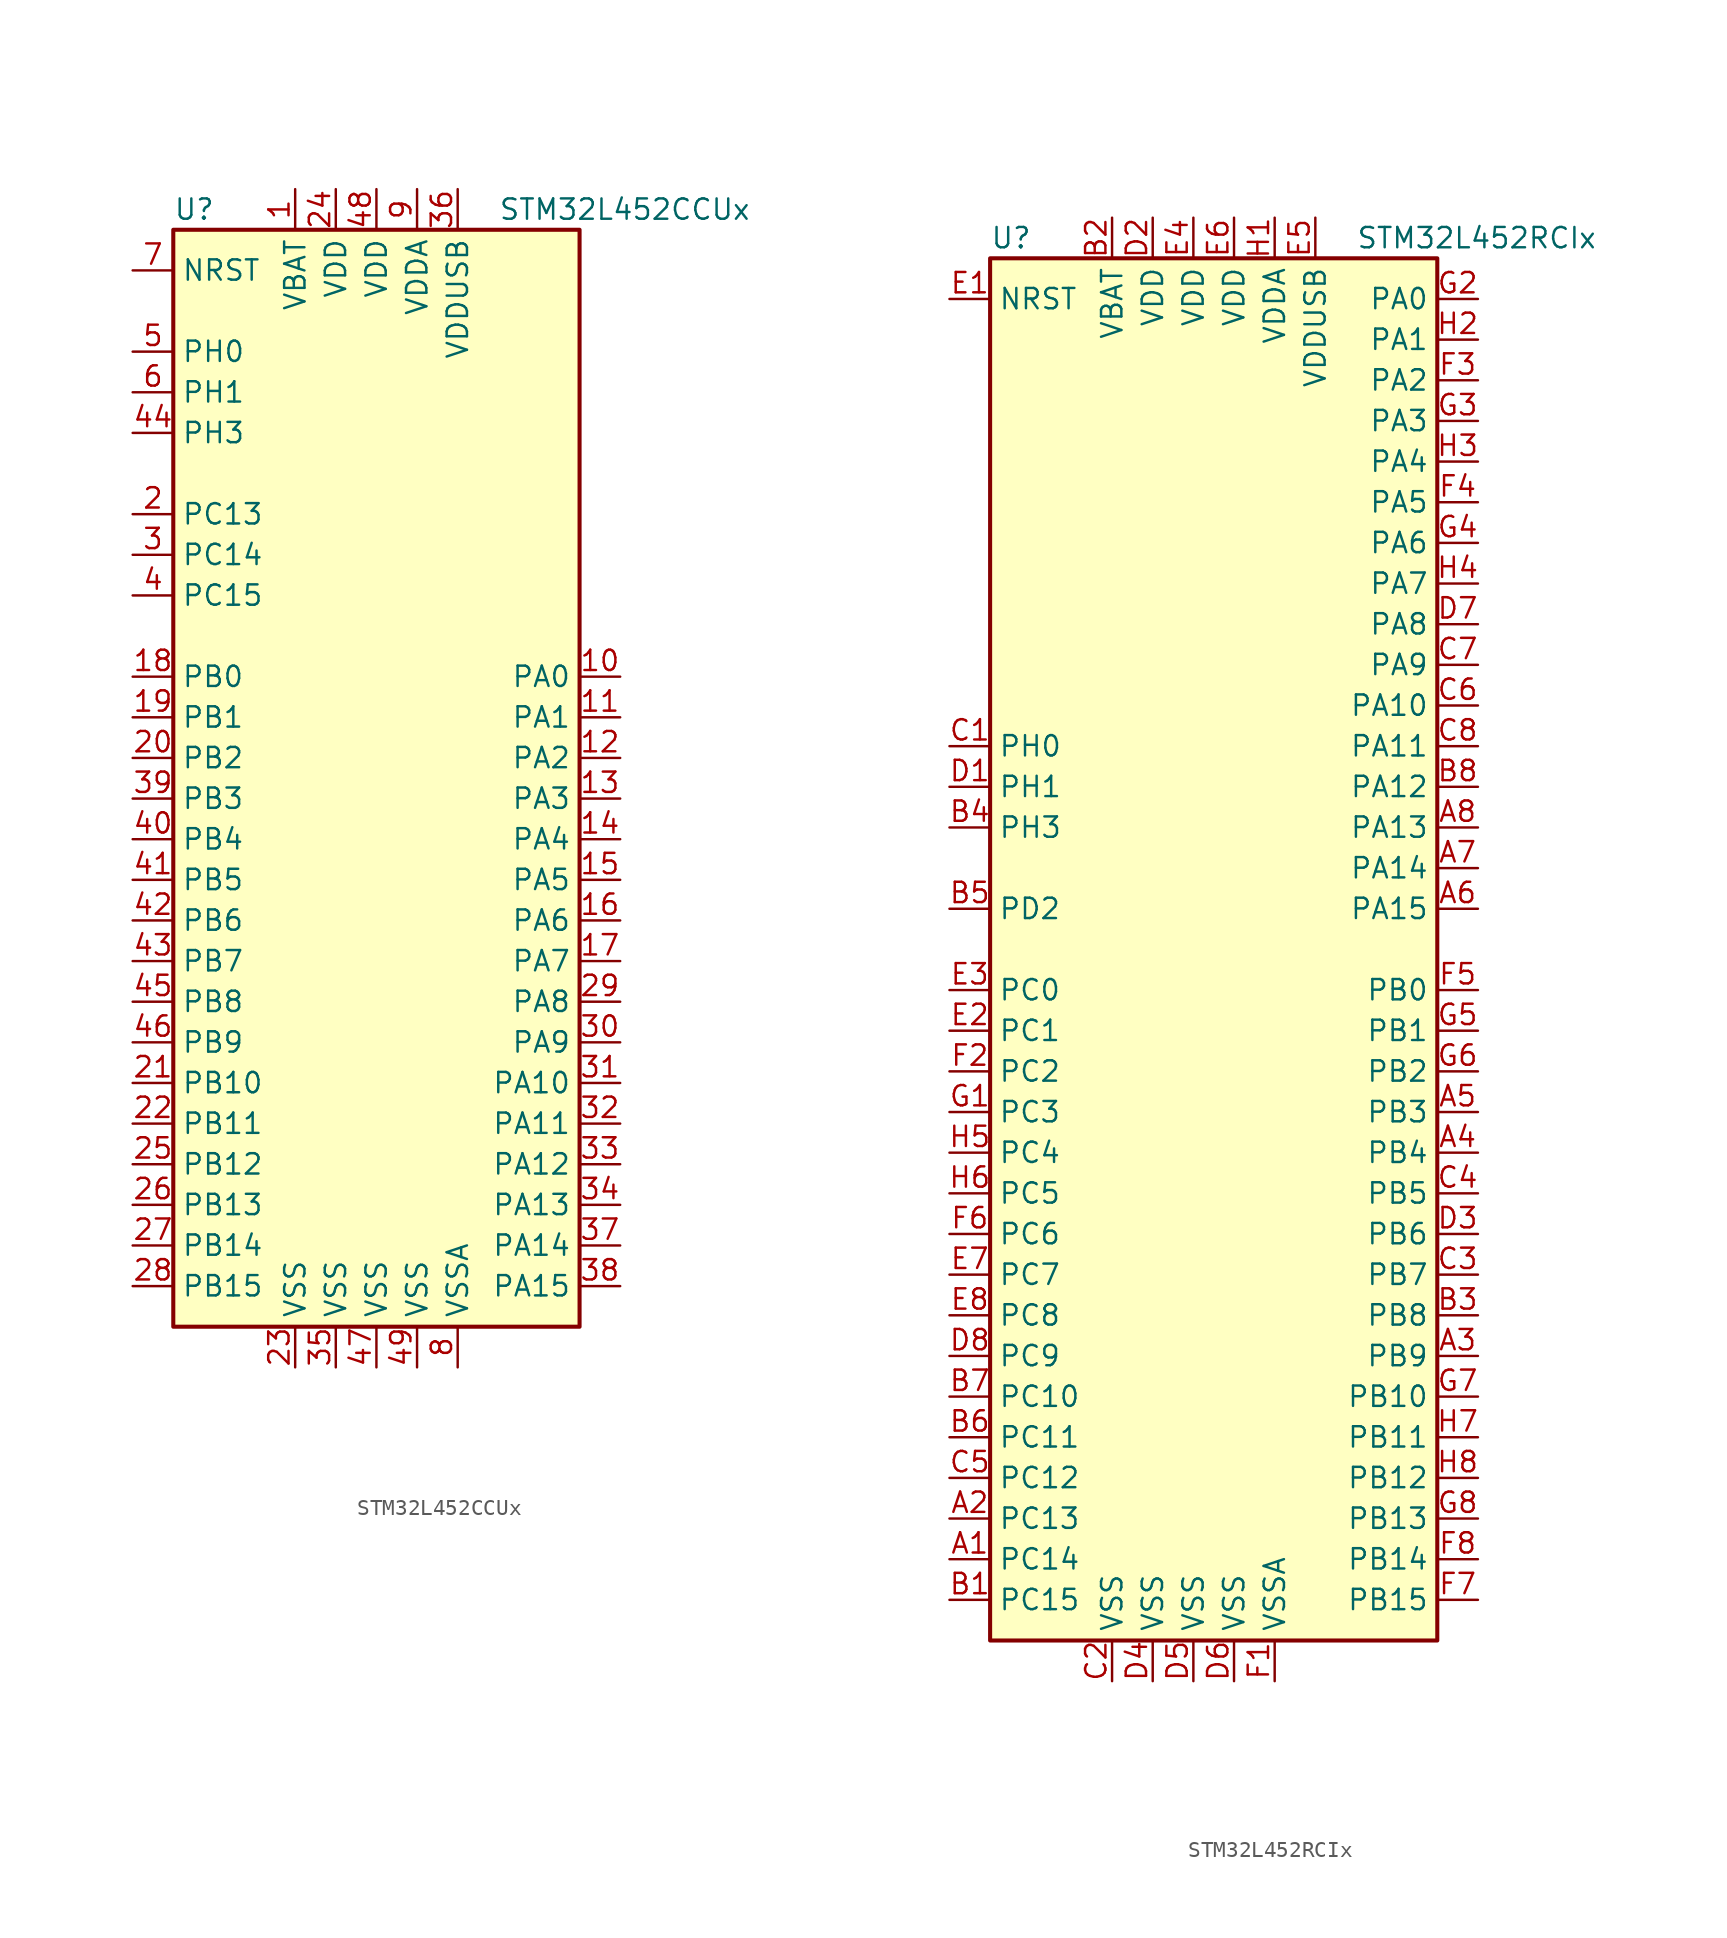
<source format=kicad_sym>
(kicad_symbol_lib
  (version 20220914)
  (generator kicad_symbol_editor)
  (symbol "STM32L452CCUx"
    (property "Reference" "U"
      (at -12.7 34.29 0)
      (effects (font (size 1.27 1.27)) (justify left)))
    (property "Value" "STM32L452CCUx"
      (at 7.62 34.29 0)
      (effects (font (size 1.27 1.27)) (justify left)))
    (symbol "STM32L452CCUx_0_1"
      (rectangle (start -12.7 -35.56) (end 12.7 33.02) (stroke (width 0.254) (type default)) (fill (type background))))
    (symbol "STM32L452CCUx_1_1"
      (pin power_in line (at -5.08 35.56 270) (length 2.54) (name "VBAT" (effects (font (size 1.27 1.27)))) (number "1" (effects (font (size 1.27 1.27)))))
      (pin bidirectional line (at 15.24 5.08 180) (length 2.54) (name "PA0" (effects (font (size 1.27 1.27)))) (number "10" (effects (font (size 1.27 1.27)))))
      (pin bidirectional line (at 15.24 2.54 180) (length 2.54) (name "PA1" (effects (font (size 1.27 1.27)))) (number "11" (effects (font (size 1.27 1.27)))))
      (pin bidirectional line (at 15.24 0 180) (length 2.54) (name "PA2" (effects (font (size 1.27 1.27)))) (number "12" (effects (font (size 1.27 1.27)))))
      (pin bidirectional line (at 15.24 -2.54 180) (length 2.54) (name "PA3" (effects (font (size 1.27 1.27)))) (number "13" (effects (font (size 1.27 1.27)))))
      (pin bidirectional line (at 15.24 -5.08 180) (length 2.54) (name "PA4" (effects (font (size 1.27 1.27)))) (number "14" (effects (font (size 1.27 1.27)))))
      (pin bidirectional line (at 15.24 -7.62 180) (length 2.54) (name "PA5" (effects (font (size 1.27 1.27)))) (number "15" (effects (font (size 1.27 1.27)))))
      (pin bidirectional line (at 15.24 -10.16 180) (length 2.54) (name "PA6" (effects (font (size 1.27 1.27)))) (number "16" (effects (font (size 1.27 1.27)))))
      (pin bidirectional line (at 15.24 -12.7 180) (length 2.54) (name "PA7" (effects (font (size 1.27 1.27)))) (number "17" (effects (font (size 1.27 1.27)))))
      (pin bidirectional line (at -15.24 5.08 0) (length 2.54) (name "PB0" (effects (font (size 1.27 1.27)))) (number "18" (effects (font (size 1.27 1.27)))))
      (pin bidirectional line (at -15.24 2.54 0) (length 2.54) (name "PB1" (effects (font (size 1.27 1.27)))) (number "19" (effects (font (size 1.27 1.27)))))
      (pin bidirectional line (at -15.24 15.24 0) (length 2.54) (name "PC13" (effects (font (size 1.27 1.27)))) (number "2" (effects (font (size 1.27 1.27)))))
      (pin bidirectional line (at -15.24 0 0) (length 2.54) (name "PB2" (effects (font (size 1.27 1.27)))) (number "20" (effects (font (size 1.27 1.27)))))
      (pin bidirectional line (at -15.24 -20.32 0) (length 2.54) (name "PB10" (effects (font (size 1.27 1.27)))) (number "21" (effects (font (size 1.27 1.27)))))
      (pin bidirectional line (at -15.24 -22.86 0) (length 2.54) (name "PB11" (effects (font (size 1.27 1.27)))) (number "22" (effects (font (size 1.27 1.27)))))
      (pin power_in line (at -5.08 -38.1 90) (length 2.54) (name "VSS" (effects (font (size 1.27 1.27)))) (number "23" (effects (font (size 1.27 1.27)))))
      (pin power_in line (at -2.54 35.56 270) (length 2.54) (name "VDD" (effects (font (size 1.27 1.27)))) (number "24" (effects (font (size 1.27 1.27)))))
      (pin bidirectional line (at -15.24 -25.4 0) (length 2.54) (name "PB12" (effects (font (size 1.27 1.27)))) (number "25" (effects (font (size 1.27 1.27)))))
      (pin bidirectional line (at -15.24 -27.94 0) (length 2.54) (name "PB13" (effects (font (size 1.27 1.27)))) (number "26" (effects (font (size 1.27 1.27)))))
      (pin bidirectional line (at -15.24 -30.48 0) (length 2.54) (name "PB14" (effects (font (size 1.27 1.27)))) (number "27" (effects (font (size 1.27 1.27)))))
      (pin bidirectional line (at -15.24 -33.02 0) (length 2.54) (name "PB15" (effects (font (size 1.27 1.27)))) (number "28" (effects (font (size 1.27 1.27)))))
      (pin bidirectional line (at 15.24 -15.24 180) (length 2.54) (name "PA8" (effects (font (size 1.27 1.27)))) (number "29" (effects (font (size 1.27 1.27)))))
      (pin bidirectional line (at -15.24 12.7 0) (length 2.54) (name "PC14" (effects (font (size 1.27 1.27)))) (number "3" (effects (font (size 1.27 1.27)))))
      (pin bidirectional line (at 15.24 -17.78 180) (length 2.54) (name "PA9" (effects (font (size 1.27 1.27)))) (number "30" (effects (font (size 1.27 1.27)))))
      (pin bidirectional line (at 15.24 -20.32 180) (length 2.54) (name "PA10" (effects (font (size 1.27 1.27)))) (number "31" (effects (font (size 1.27 1.27)))))
      (pin bidirectional line (at 15.24 -22.86 180) (length 2.54) (name "PA11" (effects (font (size 1.27 1.27)))) (number "32" (effects (font (size 1.27 1.27)))))
      (pin bidirectional line (at 15.24 -25.4 180) (length 2.54) (name "PA12" (effects (font (size 1.27 1.27)))) (number "33" (effects (font (size 1.27 1.27)))))
      (pin bidirectional line (at 15.24 -27.94 180) (length 2.54) (name "PA13" (effects (font (size 1.27 1.27)))) (number "34" (effects (font (size 1.27 1.27)))))
      (pin power_in line (at -2.54 -38.1 90) (length 2.54) (name "VSS" (effects (font (size 1.27 1.27)))) (number "35" (effects (font (size 1.27 1.27)))))
      (pin power_in line (at 5.08 35.56 270) (length 2.54) (name "VDDUSB" (effects (font (size 1.27 1.27)))) (number "36" (effects (font (size 1.27 1.27)))))
      (pin bidirectional line (at 15.24 -30.48 180) (length 2.54) (name "PA14" (effects (font (size 1.27 1.27)))) (number "37" (effects (font (size 1.27 1.27)))))
      (pin bidirectional line (at 15.24 -33.02 180) (length 2.54) (name "PA15" (effects (font (size 1.27 1.27)))) (number "38" (effects (font (size 1.27 1.27)))))
      (pin bidirectional line (at -15.24 -2.54 0) (length 2.54) (name "PB3" (effects (font (size 1.27 1.27)))) (number "39" (effects (font (size 1.27 1.27)))))
      (pin bidirectional line (at -15.24 10.16 0) (length 2.54) (name "PC15" (effects (font (size 1.27 1.27)))) (number "4" (effects (font (size 1.27 1.27)))))
      (pin bidirectional line (at -15.24 -5.08 0) (length 2.54) (name "PB4" (effects (font (size 1.27 1.27)))) (number "40" (effects (font (size 1.27 1.27)))))
      (pin bidirectional line (at -15.24 -7.62 0) (length 2.54) (name "PB5" (effects (font (size 1.27 1.27)))) (number "41" (effects (font (size 1.27 1.27)))))
      (pin bidirectional line (at -15.24 -10.16 0) (length 2.54) (name "PB6" (effects (font (size 1.27 1.27)))) (number "42" (effects (font (size 1.27 1.27)))))
      (pin bidirectional line (at -15.24 -12.7 0) (length 2.54) (name "PB7" (effects (font (size 1.27 1.27)))) (number "43" (effects (font (size 1.27 1.27)))))
      (pin bidirectional line (at -15.24 20.32 0) (length 2.54) (name "PH3" (effects (font (size 1.27 1.27)))) (number "44" (effects (font (size 1.27 1.27)))))
      (pin bidirectional line (at -15.24 -15.24 0) (length 2.54) (name "PB8" (effects (font (size 1.27 1.27)))) (number "45" (effects (font (size 1.27 1.27)))))
      (pin bidirectional line (at -15.24 -17.78 0) (length 2.54) (name "PB9" (effects (font (size 1.27 1.27)))) (number "46" (effects (font (size 1.27 1.27)))))
      (pin power_in line (at 0 -38.1 90) (length 2.54) (name "VSS" (effects (font (size 1.27 1.27)))) (number "47" (effects (font (size 1.27 1.27)))))
      (pin power_in line (at 0 35.56 270) (length 2.54) (name "VDD" (effects (font (size 1.27 1.27)))) (number "48" (effects (font (size 1.27 1.27)))))
      (pin power_in line (at 2.54 -38.1 90) (length 2.54) (name "VSS" (effects (font (size 1.27 1.27)))) (number "49" (effects (font (size 1.27 1.27)))))
      (pin input line (at -15.24 25.4 0) (length 2.54) (name "PH0" (effects (font (size 1.27 1.27)))) (number "5" (effects (font (size 1.27 1.27)))))
      (pin input line (at -15.24 22.86 0) (length 2.54) (name "PH1" (effects (font (size 1.27 1.27)))) (number "6" (effects (font (size 1.27 1.27)))))
      (pin input line (at -15.24 30.48 0) (length 2.54) (name "NRST" (effects (font (size 1.27 1.27)))) (number "7" (effects (font (size 1.27 1.27)))))
      (pin power_in line (at 5.08 -38.1 90) (length 2.54) (name "VSSA" (effects (font (size 1.27 1.27)))) (number "8" (effects (font (size 1.27 1.27)))))
      (pin power_in line (at 2.54 35.56 270) (length 2.54) (name "VDDA" (effects (font (size 1.27 1.27)))) (number "9" (effects (font (size 1.27 1.27)))))))
  (symbol "STM32L452RCIx"
    (property "Reference" "U"
      (at -15.24 44.45 0)
      (effects (font (size 1.27 1.27)) (justify left)))
    (property "Value" "STM32L452RCIx"
      (at 7.62 44.45 0)
      (effects (font (size 1.27 1.27)) (justify left)))
    (symbol "STM32L452RCIx_0_1"
      (rectangle (start -15.24 -43.18) (end 12.7 43.18) (stroke (width 0.254) (type default)) (fill (type background))))
    (symbol "STM32L452RCIx_1_1"
      (pin bidirectional line (at -17.78 -38.1 0) (length 2.54) (name "PC14" (effects (font (size 1.27 1.27)))) (number "A1" (effects (font (size 1.27 1.27)))))
      (pin bidirectional line (at -17.78 -35.56 0) (length 2.54) (name "PC13" (effects (font (size 1.27 1.27)))) (number "A2" (effects (font (size 1.27 1.27)))))
      (pin bidirectional line (at 15.24 -25.4 180) (length 2.54) (name "PB9" (effects (font (size 1.27 1.27)))) (number "A3" (effects (font (size 1.27 1.27)))))
      (pin bidirectional line (at 15.24 -12.7 180) (length 2.54) (name "PB4" (effects (font (size 1.27 1.27)))) (number "A4" (effects (font (size 1.27 1.27)))))
      (pin bidirectional line (at 15.24 -10.16 180) (length 2.54) (name "PB3" (effects (font (size 1.27 1.27)))) (number "A5" (effects (font (size 1.27 1.27)))))
      (pin bidirectional line (at 15.24 2.54 180) (length 2.54) (name "PA15" (effects (font (size 1.27 1.27)))) (number "A6" (effects (font (size 1.27 1.27)))))
      (pin bidirectional line (at 15.24 5.08 180) (length 2.54) (name "PA14" (effects (font (size 1.27 1.27)))) (number "A7" (effects (font (size 1.27 1.27)))))
      (pin bidirectional line (at 15.24 7.62 180) (length 2.54) (name "PA13" (effects (font (size 1.27 1.27)))) (number "A8" (effects (font (size 1.27 1.27)))))
      (pin bidirectional line (at -17.78 -40.64 0) (length 2.54) (name "PC15" (effects (font (size 1.27 1.27)))) (number "B1" (effects (font (size 1.27 1.27)))))
      (pin power_in line (at -7.62 45.72 270) (length 2.54) (name "VBAT" (effects (font (size 1.27 1.27)))) (number "B2" (effects (font (size 1.27 1.27)))))
      (pin bidirectional line (at 15.24 -22.86 180) (length 2.54) (name "PB8" (effects (font (size 1.27 1.27)))) (number "B3" (effects (font (size 1.27 1.27)))))
      (pin bidirectional line (at -17.78 7.62 0) (length 2.54) (name "PH3" (effects (font (size 1.27 1.27)))) (number "B4" (effects (font (size 1.27 1.27)))))
      (pin bidirectional line (at -17.78 2.54 0) (length 2.54) (name "PD2" (effects (font (size 1.27 1.27)))) (number "B5" (effects (font (size 1.27 1.27)))))
      (pin bidirectional line (at -17.78 -30.48 0) (length 2.54) (name "PC11" (effects (font (size 1.27 1.27)))) (number "B6" (effects (font (size 1.27 1.27)))))
      (pin bidirectional line (at -17.78 -27.94 0) (length 2.54) (name "PC10" (effects (font (size 1.27 1.27)))) (number "B7" (effects (font (size 1.27 1.27)))))
      (pin bidirectional line (at 15.24 10.16 180) (length 2.54) (name "PA12" (effects (font (size 1.27 1.27)))) (number "B8" (effects (font (size 1.27 1.27)))))
      (pin input line (at -17.78 12.7 0) (length 2.54) (name "PH0" (effects (font (size 1.27 1.27)))) (number "C1" (effects (font (size 1.27 1.27)))))
      (pin power_in line (at -7.62 -45.72 90) (length 2.54) (name "VSS" (effects (font (size 1.27 1.27)))) (number "C2" (effects (font (size 1.27 1.27)))))
      (pin bidirectional line (at 15.24 -20.32 180) (length 2.54) (name "PB7" (effects (font (size 1.27 1.27)))) (number "C3" (effects (font (size 1.27 1.27)))))
      (pin bidirectional line (at 15.24 -15.24 180) (length 2.54) (name "PB5" (effects (font (size 1.27 1.27)))) (number "C4" (effects (font (size 1.27 1.27)))))
      (pin bidirectional line (at -17.78 -33.02 0) (length 2.54) (name "PC12" (effects (font (size 1.27 1.27)))) (number "C5" (effects (font (size 1.27 1.27)))))
      (pin bidirectional line (at 15.24 15.24 180) (length 2.54) (name "PA10" (effects (font (size 1.27 1.27)))) (number "C6" (effects (font (size 1.27 1.27)))))
      (pin bidirectional line (at 15.24 17.78 180) (length 2.54) (name "PA9" (effects (font (size 1.27 1.27)))) (number "C7" (effects (font (size 1.27 1.27)))))
      (pin bidirectional line (at 15.24 12.7 180) (length 2.54) (name "PA11" (effects (font (size 1.27 1.27)))) (number "C8" (effects (font (size 1.27 1.27)))))
      (pin input line (at -17.78 10.16 0) (length 2.54) (name "PH1" (effects (font (size 1.27 1.27)))) (number "D1" (effects (font (size 1.27 1.27)))))
      (pin power_in line (at -5.08 45.72 270) (length 2.54) (name "VDD" (effects (font (size 1.27 1.27)))) (number "D2" (effects (font (size 1.27 1.27)))))
      (pin bidirectional line (at 15.24 -17.78 180) (length 2.54) (name "PB6" (effects (font (size 1.27 1.27)))) (number "D3" (effects (font (size 1.27 1.27)))))
      (pin power_in line (at -5.08 -45.72 90) (length 2.54) (name "VSS" (effects (font (size 1.27 1.27)))) (number "D4" (effects (font (size 1.27 1.27)))))
      (pin power_in line (at -2.54 -45.72 90) (length 2.54) (name "VSS" (effects (font (size 1.27 1.27)))) (number "D5" (effects (font (size 1.27 1.27)))))
      (pin power_in line (at 0 -45.72 90) (length 2.54) (name "VSS" (effects (font (size 1.27 1.27)))) (number "D6" (effects (font (size 1.27 1.27)))))
      (pin bidirectional line (at 15.24 20.32 180) (length 2.54) (name "PA8" (effects (font (size 1.27 1.27)))) (number "D7" (effects (font (size 1.27 1.27)))))
      (pin bidirectional line (at -17.78 -25.4 0) (length 2.54) (name "PC9" (effects (font (size 1.27 1.27)))) (number "D8" (effects (font (size 1.27 1.27)))))
      (pin input line (at -17.78 40.64 0) (length 2.54) (name "NRST" (effects (font (size 1.27 1.27)))) (number "E1" (effects (font (size 1.27 1.27)))))
      (pin bidirectional line (at -17.78 -5.08 0) (length 2.54) (name "PC1" (effects (font (size 1.27 1.27)))) (number "E2" (effects (font (size 1.27 1.27)))))
      (pin bidirectional line (at -17.78 -2.54 0) (length 2.54) (name "PC0" (effects (font (size 1.27 1.27)))) (number "E3" (effects (font (size 1.27 1.27)))))
      (pin power_in line (at -2.54 45.72 270) (length 2.54) (name "VDD" (effects (font (size 1.27 1.27)))) (number "E4" (effects (font (size 1.27 1.27)))))
      (pin power_in line (at 5.08 45.72 270) (length 2.54) (name "VDDUSB" (effects (font (size 1.27 1.27)))) (number "E5" (effects (font (size 1.27 1.27)))))
      (pin power_in line (at 0 45.72 270) (length 2.54) (name "VDD" (effects (font (size 1.27 1.27)))) (number "E6" (effects (font (size 1.27 1.27)))))
      (pin bidirectional line (at -17.78 -20.32 0) (length 2.54) (name "PC7" (effects (font (size 1.27 1.27)))) (number "E7" (effects (font (size 1.27 1.27)))))
      (pin bidirectional line (at -17.78 -22.86 0) (length 2.54) (name "PC8" (effects (font (size 1.27 1.27)))) (number "E8" (effects (font (size 1.27 1.27)))))
      (pin power_in line (at 2.54 -45.72 90) (length 2.54) (name "VSSA" (effects (font (size 1.27 1.27)))) (number "F1" (effects (font (size 1.27 1.27)))))
      (pin bidirectional line (at -17.78 -7.62 0) (length 2.54) (name "PC2" (effects (font (size 1.27 1.27)))) (number "F2" (effects (font (size 1.27 1.27)))))
      (pin bidirectional line (at 15.24 35.56 180) (length 2.54) (name "PA2" (effects (font (size 1.27 1.27)))) (number "F3" (effects (font (size 1.27 1.27)))))
      (pin bidirectional line (at 15.24 27.94 180) (length 2.54) (name "PA5" (effects (font (size 1.27 1.27)))) (number "F4" (effects (font (size 1.27 1.27)))))
      (pin bidirectional line (at 15.24 -2.54 180) (length 2.54) (name "PB0" (effects (font (size 1.27 1.27)))) (number "F5" (effects (font (size 1.27 1.27)))))
      (pin bidirectional line (at -17.78 -17.78 0) (length 2.54) (name "PC6" (effects (font (size 1.27 1.27)))) (number "F6" (effects (font (size 1.27 1.27)))))
      (pin bidirectional line (at 15.24 -40.64 180) (length 2.54) (name "PB15" (effects (font (size 1.27 1.27)))) (number "F7" (effects (font (size 1.27 1.27)))))
      (pin bidirectional line (at 15.24 -38.1 180) (length 2.54) (name "PB14" (effects (font (size 1.27 1.27)))) (number "F8" (effects (font (size 1.27 1.27)))))
      (pin bidirectional line (at -17.78 -10.16 0) (length 2.54) (name "PC3" (effects (font (size 1.27 1.27)))) (number "G1" (effects (font (size 1.27 1.27)))))
      (pin bidirectional line (at 15.24 40.64 180) (length 2.54) (name "PA0" (effects (font (size 1.27 1.27)))) (number "G2" (effects (font (size 1.27 1.27)))))
      (pin bidirectional line (at 15.24 33.02 180) (length 2.54) (name "PA3" (effects (font (size 1.27 1.27)))) (number "G3" (effects (font (size 1.27 1.27)))))
      (pin bidirectional line (at 15.24 25.4 180) (length 2.54) (name "PA6" (effects (font (size 1.27 1.27)))) (number "G4" (effects (font (size 1.27 1.27)))))
      (pin bidirectional line (at 15.24 -5.08 180) (length 2.54) (name "PB1" (effects (font (size 1.27 1.27)))) (number "G5" (effects (font (size 1.27 1.27)))))
      (pin bidirectional line (at 15.24 -7.62 180) (length 2.54) (name "PB2" (effects (font (size 1.27 1.27)))) (number "G6" (effects (font (size 1.27 1.27)))))
      (pin bidirectional line (at 15.24 -27.94 180) (length 2.54) (name "PB10" (effects (font (size 1.27 1.27)))) (number "G7" (effects (font (size 1.27 1.27)))))
      (pin bidirectional line (at 15.24 -35.56 180) (length 2.54) (name "PB13" (effects (font (size 1.27 1.27)))) (number "G8" (effects (font (size 1.27 1.27)))))
      (pin power_in line (at 2.54 45.72 270) (length 2.54) (name "VDDA" (effects (font (size 1.27 1.27)))) (number "H1" (effects (font (size 1.27 1.27)))))
      (pin bidirectional line (at 15.24 38.1 180) (length 2.54) (name "PA1" (effects (font (size 1.27 1.27)))) (number "H2" (effects (font (size 1.27 1.27)))))
      (pin bidirectional line (at 15.24 30.48 180) (length 2.54) (name "PA4" (effects (font (size 1.27 1.27)))) (number "H3" (effects (font (size 1.27 1.27)))))
      (pin bidirectional line (at 15.24 22.86 180) (length 2.54) (name "PA7" (effects (font (size 1.27 1.27)))) (number "H4" (effects (font (size 1.27 1.27)))))
      (pin bidirectional line (at -17.78 -12.7 0) (length 2.54) (name "PC4" (effects (font (size 1.27 1.27)))) (number "H5" (effects (font (size 1.27 1.27)))))
      (pin bidirectional line (at -17.78 -15.24 0) (length 2.54) (name "PC5" (effects (font (size 1.27 1.27)))) (number "H6" (effects (font (size 1.27 1.27)))))
      (pin bidirectional line (at 15.24 -30.48 180) (length 2.54) (name "PB11" (effects (font (size 1.27 1.27)))) (number "H7" (effects (font (size 1.27 1.27)))))
      (pin bidirectional line (at 15.24 -33.02 180) (length 2.54) (name "PB12" (effects (font (size 1.27 1.27)))) (number "H8" (effects (font (size 1.27 1.27))))))))
</source>
